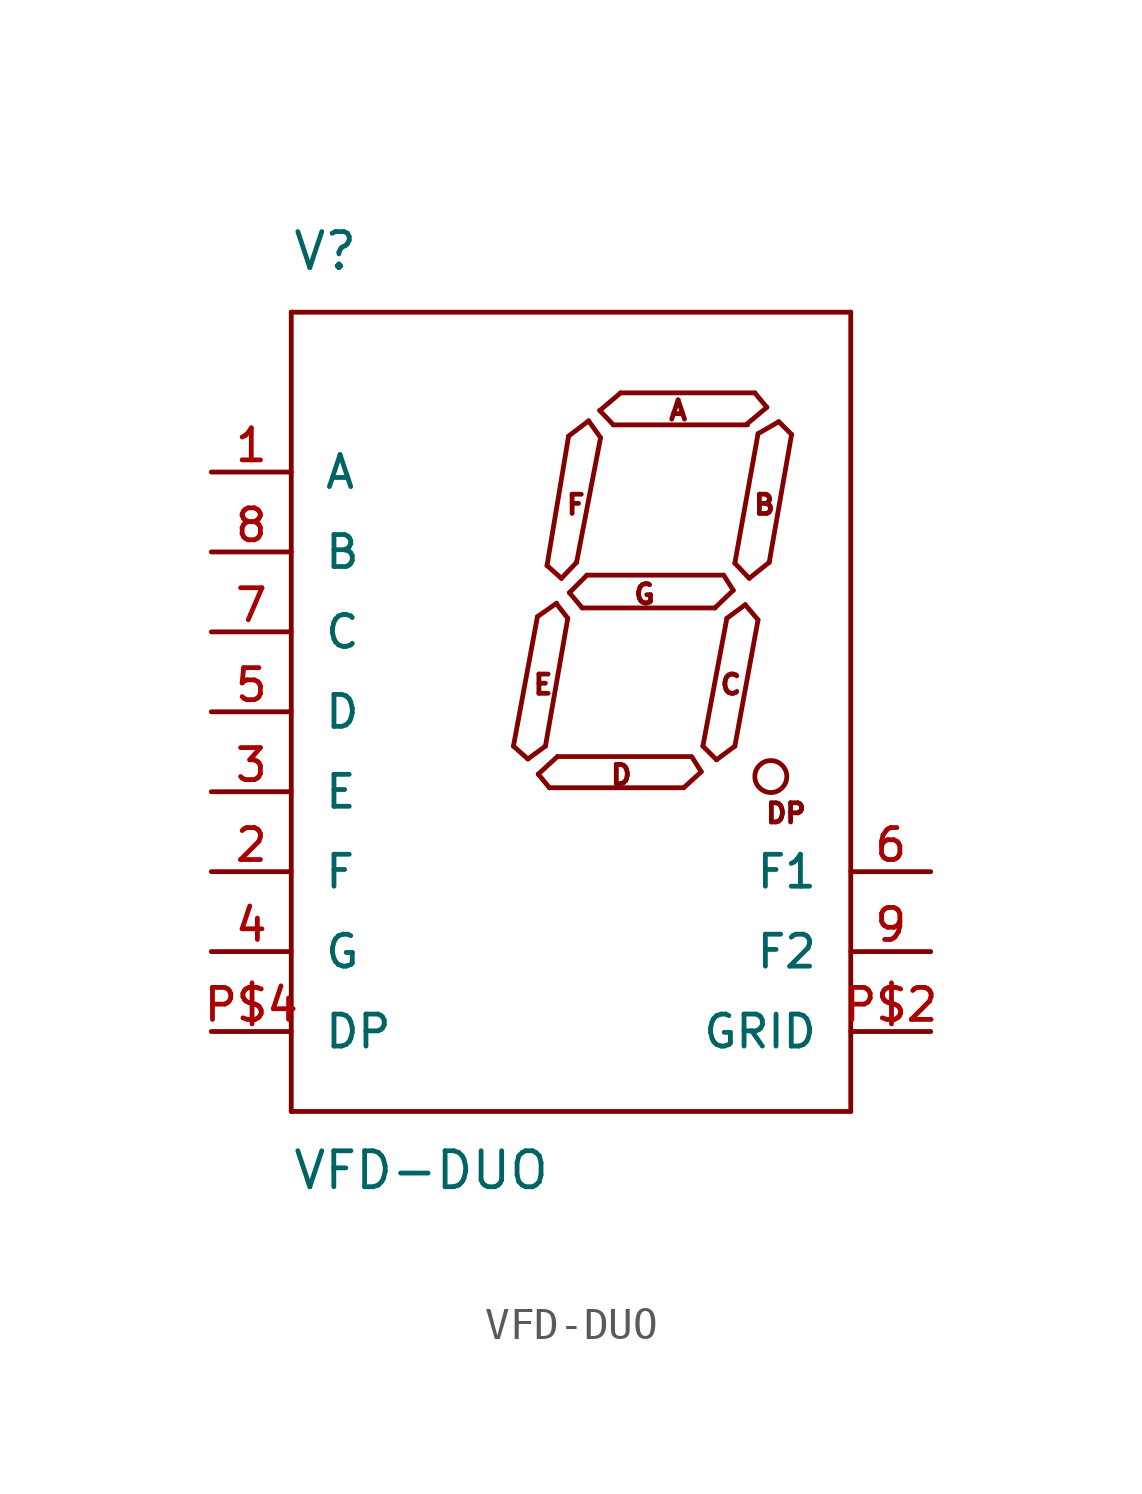
<source format=kicad_sym>
(kicad_symbol_lib
  (version 20211014)
  (generator kicad_symbol_editor)
  (symbol "VFD-DUO"
    (pin_names
      (offset 1.016))
    (property "Reference" "V"
      (at -10.16 16.51 0)
      (effects (font (size 1.143 1.143)) (justify left bottom)))
    (property "Value" "VFD-DUO"
      (at -10.16 -12.7 0)
      (effects (font (size 1.143 1.143)) (justify left bottom)))
    (property "ki_locked" ""
      (at 0 0 0)
      (effects (font (size 1.27 1.27))))
    (symbol "VFD-DUO_1_0"
      (polyline (pts (xy -10.16 -10.16) (xy -10.16 15.24)) (stroke (width 0) (type default) (color 0 0 0 0)) (fill (type none)))
      (polyline (pts (xy -10.16 15.24) (xy 7.62 15.24)) (stroke (width 0) (type default) (color 0 0 0 0)) (fill (type none)))
      (polyline (pts (xy -3.099 1.448) (xy -2.337 5.563)) (stroke (width 0) (type default) (color 0 0 0 0)) (fill (type none)))
      (polyline (pts (xy -2.642 1.041) (xy -3.099 1.448)) (stroke (width 0) (type default) (color 0 0 0 0)) (fill (type none)))
      (polyline (pts (xy -2.337 5.563) (xy -1.727 5.994)) (stroke (width 0) (type default) (color 0 0 0 0)) (fill (type none)))
      (polyline (pts (xy -2.311 0.559) (xy -1.702 1.118)) (stroke (width 0) (type default) (color 0 0 0 0)) (fill (type none)))
      (polyline (pts (xy -2.083 1.448) (xy -2.642 1.041)) (stroke (width 0) (type default) (color 0 0 0 0)) (fill (type none)))
      (polyline (pts (xy -2.032 7.188) (xy -1.346 11.303)) (stroke (width 0) (type default) (color 0 0 0 0)) (fill (type none)))
      (polyline (pts (xy -1.956 0.127) (xy -2.311 0.559)) (stroke (width 0) (type default) (color 0 0 0 0)) (fill (type none)))
      (polyline (pts (xy -1.727 5.969) (xy -1.372 5.512)) (stroke (width 0) (type default) (color 0 0 0 0)) (fill (type none)))
      (polyline (pts (xy -1.702 1.118) (xy 2.515 1.118)) (stroke (width 0) (type default) (color 0 0 0 0)) (fill (type none)))
      (polyline (pts (xy -1.575 6.782) (xy -2.032 7.188)) (stroke (width 0) (type default) (color 0 0 0 0)) (fill (type none)))
      (polyline (pts (xy -1.372 5.512) (xy -2.083 1.448)) (stroke (width 0) (type default) (color 0 0 0 0)) (fill (type none)))
      (polyline (pts (xy -1.346 11.303) (xy -0.711 11.786)) (stroke (width 0) (type default) (color 0 0 0 0)) (fill (type none)))
      (polyline (pts (xy -1.321 6.325) (xy -0.762 6.883)) (stroke (width 0) (type default) (color 0 0 0 0)) (fill (type none)))
      (polyline (pts (xy -1.092 7.29) (xy -1.575 6.782)) (stroke (width 0) (type default) (color 0 0 0 0)) (fill (type none)))
      (polyline (pts (xy -0.914 5.842) (xy -1.321 6.325)) (stroke (width 0) (type default) (color 0 0 0 0)) (fill (type none)))
      (polyline (pts (xy -0.762 6.883) (xy 3.581 6.883)) (stroke (width 0) (type default) (color 0 0 0 0)) (fill (type none)))
      (polyline (pts (xy -0.711 11.786) (xy -0.33 11.252)) (stroke (width 0) (type default) (color 0 0 0 0)) (fill (type none)))
      (polyline (pts (xy -0.356 12.116) (xy 0.305 12.675)) (stroke (width 0) (type default) (color 0 0 0 0)) (fill (type none)))
      (polyline (pts (xy -0.33 11.252) (xy -1.092 7.29)) (stroke (width 0) (type default) (color 0 0 0 0)) (fill (type none)))
      (polyline (pts (xy 0.076 11.659) (xy -0.356 12.116)) (stroke (width 0) (type default) (color 0 0 0 0)) (fill (type none)))
      (polyline (pts (xy 0.305 12.675) (xy 4.572 12.675)) (stroke (width 0) (type default) (color 0 0 0 0)) (fill (type none)))
      (polyline (pts (xy 2.311 0.127) (xy -1.956 0.127)) (stroke (width 0) (type default) (color 0 0 0 0)) (fill (type none)))
      (polyline (pts (xy 2.565 1.118) (xy 2.87 0.635)) (stroke (width 0) (type default) (color 0 0 0 0)) (fill (type none)))
      (polyline (pts (xy 2.87 0.635) (xy 2.311 0.127)) (stroke (width 0) (type default) (color 0 0 0 0)) (fill (type none)))
      (polyline (pts (xy 2.921 1.448) (xy 3.683 5.512)) (stroke (width 0) (type default) (color 0 0 0 0)) (fill (type none)))
      (polyline (pts (xy 3.302 5.842) (xy -0.914 5.842)) (stroke (width 0) (type default) (color 0 0 0 0)) (fill (type none)))
      (polyline (pts (xy 3.302 5.842) (xy 3.302 5.842)) (stroke (width 0) (type default) (color 0 0 0 0)) (fill (type none)))
      (polyline (pts (xy 3.353 1.016) (xy 2.921 1.448)) (stroke (width 0) (type default) (color 0 0 0 0)) (fill (type none)))
      (polyline (pts (xy 3.581 6.883) (xy 3.886 6.401)) (stroke (width 0) (type default) (color 0 0 0 0)) (fill (type none)))
      (polyline (pts (xy 3.683 5.512) (xy 4.267 5.944)) (stroke (width 0) (type default) (color 0 0 0 0)) (fill (type none)))
      (polyline (pts (xy 3.886 6.401) (xy 3.302 5.842)) (stroke (width 0) (type default) (color 0 0 0 0)) (fill (type none)))
      (polyline (pts (xy 3.937 1.448) (xy 3.353 1.016)) (stroke (width 0) (type default) (color 0 0 0 0)) (fill (type none)))
      (polyline (pts (xy 3.937 7.264) (xy 4.674 11.379)) (stroke (width 0) (type default) (color 0 0 0 0)) (fill (type none)))
      (polyline (pts (xy 4.267 5.944) (xy 4.674 5.461)) (stroke (width 0) (type default) (color 0 0 0 0)) (fill (type none)))
      (polyline (pts (xy 4.343 11.659) (xy 0.076 11.659)) (stroke (width 0) (type default) (color 0 0 0 0)) (fill (type none)))
      (polyline (pts (xy 4.394 6.782) (xy 3.937 7.264)) (stroke (width 0) (type default) (color 0 0 0 0)) (fill (type none)))
      (polyline (pts (xy 4.572 12.675) (xy 4.953 12.217)) (stroke (width 0) (type default) (color 0 0 0 0)) (fill (type none)))
      (polyline (pts (xy 4.674 5.461) (xy 3.937 1.448)) (stroke (width 0) (type default) (color 0 0 0 0)) (fill (type none)))
      (polyline (pts (xy 4.674 11.379) (xy 5.334 11.76)) (stroke (width 0) (type default) (color 0 0 0 0)) (fill (type none)))
      (polyline (pts (xy 4.953 12.217) (xy 4.318 11.684)) (stroke (width 0) (type default) (color 0 0 0 0)) (fill (type none)))
      (polyline (pts (xy 5.029 7.29) (xy 4.394 6.782)) (stroke (width 0) (type default) (color 0 0 0 0)) (fill (type none)))
      (polyline (pts (xy 5.334 11.76) (xy 5.74 11.354)) (stroke (width 0) (type default) (color 0 0 0 0)) (fill (type none)))
      (polyline (pts (xy 5.74 11.354) (xy 5.029 7.29)) (stroke (width 0) (type default) (color 0 0 0 0)) (fill (type none)))
      (polyline (pts (xy 7.62 -10.16) (xy -10.16 -10.16)) (stroke (width 0) (type default) (color 0 0 0 0)) (fill (type none)))
      (polyline (pts (xy 7.62 15.24) (xy 7.62 -10.16)) (stroke (width 0) (type default) (color 0 0 0 0)) (fill (type none)))
      (text "A" (at 2.134 12.116 0) (effects (font (size 0.61 0.61))))
      (text "B" (at 4.877 9.119 0) (effects (font (size 0.61 0.61))))
      (text "C" (at 3.81 3.404 0) (effects (font (size 0.61 0.61))))
      (text "D" (at 0.33 0.533 0) (effects (font (size 0.61 0.61))))
      (text "DP" (at 5.563 -0.686 0) (effects (font (size 0.61 0.61))))
      (text "E" (at -2.159 3.404 0) (effects (font (size 0.61 0.61))))
      (text "F" (at -1.118 9.119 0) (effects (font (size 0.61 0.61))))
      (text "G" (at 1.067 6.274 0) (effects (font (size 0.61 0.61)))))
    (symbol "VFD-DUO_1_1"
      (circle (center 5.08 0.483) (radius 0.508) (stroke (width 0) (type default) (color 0 0 0 0)) (fill (type none)))
      (pin passive line (at -12.7 10.16 0) (length 2.54) (name "A" (effects (font (size 1.016 1.016)))) (number "1" (effects (font (size 1.016 1.016)))))
      (pin passive line (at -12.7 -2.54 0) (length 2.54) (name "F" (effects (font (size 1.016 1.016)))) (number "2" (effects (font (size 1.016 1.016)))))
      (pin passive line (at -12.7 0 0) (length 2.54) (name "E" (effects (font (size 1.016 1.016)))) (number "3" (effects (font (size 1.016 1.016)))))
      (pin passive line (at -12.7 -5.08 0) (length 2.54) (name "G" (effects (font (size 1.016 1.016)))) (number "4" (effects (font (size 1.016 1.016)))))
      (pin passive line (at -12.7 2.54 0) (length 2.54) (name "D" (effects (font (size 1.016 1.016)))) (number "5" (effects (font (size 1.016 1.016)))))
      (pin passive line (at 10.16 -2.54 180) (length 2.54) (name "F1" (effects (font (size 1.016 1.016)))) (number "6" (effects (font (size 1.016 1.016)))))
      (pin passive line (at -12.7 5.08 0) (length 2.54) (name "C" (effects (font (size 1.016 1.016)))) (number "7" (effects (font (size 1.016 1.016)))))
      (pin passive line (at -12.7 7.62 0) (length 2.54) (name "B" (effects (font (size 1.016 1.016)))) (number "8" (effects (font (size 1.016 1.016)))))
      (pin passive line (at 10.16 -5.08 180) (length 2.54) (name "F2" (effects (font (size 1.016 1.016)))) (number "9" (effects (font (size 1.016 1.016)))))
      (pin passive line (at 10.16 -5.08 180) (length 2.54) hide (name "F2" (effects (font (size 1.016 1.016)))) (number "P$1" (effects (font (size 1.016 1.016)))))
      (pin passive line (at -12.7 2.54 0) (length 2.54) hide (name "D" (effects (font (size 1.016 1.016)))) (number "P$10" (effects (font (size 1.016 1.016)))))
      (pin passive line (at 10.16 -2.54 180) (length 2.54) hide (name "F1" (effects (font (size 1.016 1.016)))) (number "P$11" (effects (font (size 1.016 1.016)))))
      (pin passive line (at 10.16 -7.62 180) (length 2.54) (name "GRID" (effects (font (size 1.016 1.016)))) (number "P$2" (effects (font (size 1.016 1.016)))))
      (pin passive line (at -12.7 5.08 0) (length 2.54) hide (name "C" (effects (font (size 1.016 1.016)))) (number "P$3" (effects (font (size 1.016 1.016)))))
      (pin passive line (at -12.7 -7.62 0) (length 2.54) (name "DP" (effects (font (size 1.016 1.016)))) (number "P$4" (effects (font (size 1.016 1.016)))))
      (pin passive line (at -12.7 7.62 0) (length 2.54) hide (name "B" (effects (font (size 1.016 1.016)))) (number "P$5" (effects (font (size 1.016 1.016)))))
      (pin passive line (at -12.7 10.16 0) (length 2.54) hide (name "A" (effects (font (size 1.016 1.016)))) (number "P$6" (effects (font (size 1.016 1.016)))))
      (pin passive line (at -12.7 -5.08 0) (length 2.54) hide (name "G" (effects (font (size 1.016 1.016)))) (number "P$7" (effects (font (size 1.016 1.016)))))
      (pin passive line (at -12.7 -2.54 0) (length 2.54) hide (name "F" (effects (font (size 1.016 1.016)))) (number "P$8" (effects (font (size 1.016 1.016)))))
      (pin passive line (at -12.7 0 0) (length 2.54) hide (name "E" (effects (font (size 1.016 1.016)))) (number "P$9" (effects (font (size 1.016 1.016))))))))
</source>
